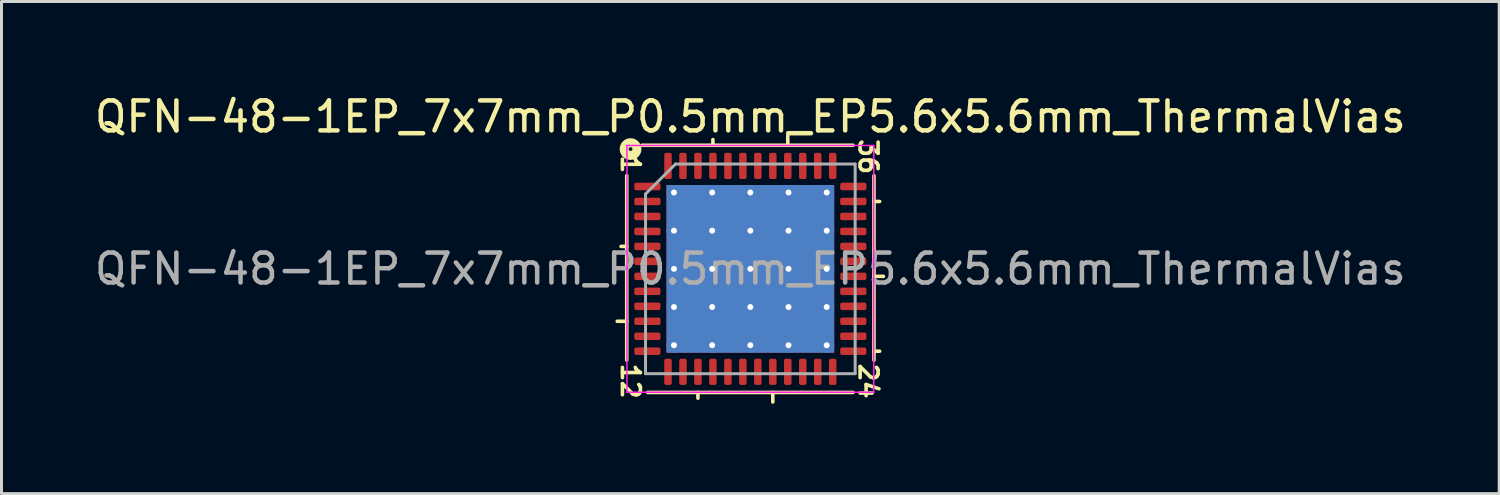
<source format=kicad_pcb>
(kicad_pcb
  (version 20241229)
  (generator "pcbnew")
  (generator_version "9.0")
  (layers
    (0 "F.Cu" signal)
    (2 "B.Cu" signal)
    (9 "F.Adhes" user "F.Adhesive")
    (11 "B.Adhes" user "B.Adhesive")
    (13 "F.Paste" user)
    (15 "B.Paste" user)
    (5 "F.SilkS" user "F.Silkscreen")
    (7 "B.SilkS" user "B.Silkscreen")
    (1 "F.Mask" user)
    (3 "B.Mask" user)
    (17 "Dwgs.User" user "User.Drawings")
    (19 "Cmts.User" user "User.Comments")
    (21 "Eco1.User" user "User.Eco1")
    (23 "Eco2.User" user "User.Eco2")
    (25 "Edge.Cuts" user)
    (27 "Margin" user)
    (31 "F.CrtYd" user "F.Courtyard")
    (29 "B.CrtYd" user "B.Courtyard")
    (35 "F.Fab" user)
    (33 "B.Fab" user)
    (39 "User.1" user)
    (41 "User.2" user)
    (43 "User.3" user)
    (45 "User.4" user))
  (footprint "QFN-48-1EP_7x7mm_P0.5mm_EP5.6x5.6mm_ThermalVias"
    (layer "F.Cu")
    (at 22.006 5.928)
    (property "Reference" "QFN-48-1EP_7x7mm_P0.5mm_EP5.6x5.6mm_ThermalVias" (at 0 -5.08 0) (layer "F.SilkS") (effects (font (size 1 1) (thickness 0.15))))
    (attr smd)
    (fp_line (start -4.128 -3.111) (end -4.128 3.048) (stroke (width 0.12) (type solid)) (layer "F.SilkS"))
    (fp_line (start -4.128 -0.75) (end -4.318 -0.75) (stroke (width 0.12) (type solid)) (layer "F.SilkS"))
    (fp_line (start -4.128 1.75) (end -4.445 1.75) (stroke (width 0.12) (type solid)) (layer "F.SilkS"))
    (fp_line (start -3.429 4.128) (end 3.429 4.128) (stroke (width 0.12) (type solid)) (layer "F.SilkS"))
    (fp_line (start -1.75 4.128) (end -1.75 4.318) (stroke (width 0.12) (type solid)) (layer "F.SilkS"))
    (fp_line (start -1.25 -4.128) (end -1.25 -4.318) (stroke (width 0.12) (type solid)) (layer "F.SilkS"))
    (fp_line (start 0.75 4.128) (end 0.75 4.445) (stroke (width 0.12) (type solid)) (layer "F.SilkS"))
    (fp_line (start 1.25 -4.128) (end 1.25 -4.445) (stroke (width 0.12) (type solid)) (layer "F.SilkS"))
    (fp_line (start 3.429 -4.128) (end -3.619 -4.128) (stroke (width 0.12) (type solid)) (layer "F.SilkS"))
    (fp_line (start 4.128 -2.25) (end 4.318 -2.25) (stroke (width 0.12) (type solid)) (layer "F.SilkS"))
    (fp_line (start 4.128 0.25) (end 4.445 0.25) (stroke (width 0.12) (type solid)) (layer "F.SilkS"))
    (fp_line (start 4.128 2.75) (end 4.318 2.75) (stroke (width 0.12) (type solid)) (layer "F.SilkS"))
    (fp_line (start 4.128 3.048) (end 4.128 -3.111) (stroke (width 0.12) (type solid)) (layer "F.SilkS"))
    (fp_circle (center -4 -4) (end -3.937 -4) (stroke (width 0.3) (type solid)) (fill no) (layer "F.SilkS"))
    (fp_line (start -4.12 -4.12) (end -4.12 4.12) (stroke (width 0.05) (type solid)) (layer "F.CrtYd"))
    (fp_line (start -4.12 4.12) (end 4.12 4.12) (stroke (width 0.05) (type solid)) (layer "F.CrtYd"))
    (fp_line (start 4.12 -4.12) (end -4.12 -4.12) (stroke (width 0.05) (type solid)) (layer "F.CrtYd"))
    (fp_line (start 4.12 4.12) (end 4.12 -4.12) (stroke (width 0.05) (type solid)) (layer "F.CrtYd"))
    (fp_line (start -3.5 -2.5) (end -2.5 -3.5) (stroke (width 0.1) (type solid)) (layer "F.Fab"))
    (fp_line (start -3.5 3.5) (end -3.5 -2.5) (stroke (width 0.1) (type solid)) (layer "F.Fab"))
    (fp_line (start -2.5 -3.5) (end 3.5 -3.5) (stroke (width 0.1) (type solid)) (layer "F.Fab"))
    (fp_line (start 3.5 -3.5) (end 3.5 3.5) (stroke (width 0.1) (type solid)) (layer "F.Fab"))
    (fp_line (start 3.5 3.5) (end -3.5 3.5) (stroke (width 0.1) (type solid)) (layer "F.Fab"))
    (fp_text user "36" (at 3.937 -3.747 270) (unlocked yes) (layer "F.SilkS") (effects (font (size 0.6 0.6) (thickness 0.12))))
    (fp_text user "12" (at -4 3.747 270) (unlocked yes) (layer "F.SilkS") (effects (font (size 0.6 0.6) (thickness 0.12))))
    (fp_text user "24" (at 3.937 3.747 270) (unlocked yes) (layer "F.SilkS") (effects (font (size 0.6 0.6) (thickness 0.12))))
    (fp_text user "1" (at -4 -3.493 270) (unlocked yes) (layer "F.SilkS") (effects (font (size 0.6 0.6) (thickness 0.12))))
    (fp_text user "${REFERENCE}" (at 0 0 0) (layer "F.Fab") (effects (font (size 1 1) (thickness 0.15))))
    (pad "" smd roundrect (at -1.913 -1.913) (size 1.084 1.084) (layers "F.Paste") (roundrect_rratio 0.231))
    (pad "" smd roundrect (at -1.913 -0.637) (size 1.084 1.084) (layers "F.Paste") (roundrect_rratio 0.231))
    (pad "" smd roundrect (at -1.913 0.637) (size 1.084 1.084) (layers "F.Paste") (roundrect_rratio 0.231))
    (pad "" smd roundrect (at -1.913 1.913) (size 1.084 1.084) (layers "F.Paste") (roundrect_rratio 0.231))
    (pad "" smd roundrect (at -0.637 -1.913) (size 1.084 1.084) (layers "F.Paste") (roundrect_rratio 0.231))
    (pad "" smd roundrect (at -0.637 -0.637) (size 1.084 1.084) (layers "F.Paste") (roundrect_rratio 0.231))
    (pad "" smd roundrect (at -0.637 0.637) (size 1.084 1.084) (layers "F.Paste") (roundrect_rratio 0.231))
    (pad "" smd roundrect (at -0.637 1.913) (size 1.084 1.084) (layers "F.Paste") (roundrect_rratio 0.231))
    (pad "" smd roundrect (at 0.637 -1.913) (size 1.084 1.084) (layers "F.Paste") (roundrect_rratio 0.231))
    (pad "" smd roundrect (at 0.637 -0.637) (size 1.084 1.084) (layers "F.Paste") (roundrect_rratio 0.231))
    (pad "" smd roundrect (at 0.637 0.637) (size 1.084 1.084) (layers "F.Paste") (roundrect_rratio 0.231))
    (pad "" smd roundrect (at 0.637 1.913) (size 1.084 1.084) (layers "F.Paste") (roundrect_rratio 0.231))
    (pad "" smd roundrect (at 1.913 -1.913) (size 1.084 1.084) (layers "F.Paste") (roundrect_rratio 0.231))
    (pad "" smd roundrect (at 1.913 -0.637) (size 1.084 1.084) (layers "F.Paste") (roundrect_rratio 0.231))
    (pad "" smd roundrect (at 1.913 0.637) (size 1.084 1.084) (layers "F.Paste") (roundrect_rratio 0.231))
    (pad "" smd roundrect (at 1.913 1.913) (size 1.084 1.084) (layers "F.Paste") (roundrect_rratio 0.231))
    (pad "1" smd roundrect (at -3.438 -2.75) (size 0.875 0.25) (layers "F.Cu" "F.Mask" "F.Paste") (roundrect_rratio 0.25))
    (pad "2" smd roundrect (at -3.438 -2.25) (size 0.875 0.25) (layers "F.Cu" "F.Mask" "F.Paste") (roundrect_rratio 0.25))
    (pad "3" smd roundrect (at -3.438 -1.75) (size 0.875 0.25) (layers "F.Cu" "F.Mask" "F.Paste") (roundrect_rratio 0.25))
    (pad "4" smd roundrect (at -3.438 -1.25) (size 0.875 0.25) (layers "F.Cu" "F.Mask" "F.Paste") (roundrect_rratio 0.25))
    (pad "5" smd roundrect (at -3.438 -0.75) (size 0.875 0.25) (layers "F.Cu" "F.Mask" "F.Paste") (roundrect_rratio 0.25))
    (pad "6" smd roundrect (at -3.438 -0.25) (size 0.875 0.25) (layers "F.Cu" "F.Mask" "F.Paste") (roundrect_rratio 0.25))
    (pad "7" smd roundrect (at -3.438 0.25) (size 0.875 0.25) (layers "F.Cu" "F.Mask" "F.Paste") (roundrect_rratio 0.25))
    (pad "8" smd roundrect (at -3.438 0.75) (size 0.875 0.25) (layers "F.Cu" "F.Mask" "F.Paste") (roundrect_rratio 0.25))
    (pad "9" smd roundrect (at -3.438 1.25) (size 0.875 0.25) (layers "F.Cu" "F.Mask" "F.Paste") (roundrect_rratio 0.25))
    (pad "10" smd roundrect (at -3.438 1.75) (size 0.875 0.25) (layers "F.Cu" "F.Mask" "F.Paste") (roundrect_rratio 0.25))
    (pad "11" smd roundrect (at -3.438 2.25) (size 0.875 0.25) (layers "F.Cu" "F.Mask" "F.Paste") (roundrect_rratio 0.25))
    (pad "12" smd roundrect (at -3.438 2.75) (size 0.875 0.25) (layers "F.Cu" "F.Mask" "F.Paste") (roundrect_rratio 0.25))
    (pad "13" smd roundrect (at -2.75 3.438) (size 0.25 0.875) (layers "F.Cu" "F.Mask" "F.Paste") (roundrect_rratio 0.25))
    (pad "14" smd roundrect (at -2.25 3.438) (size 0.25 0.875) (layers "F.Cu" "F.Mask" "F.Paste") (roundrect_rratio 0.25))
    (pad "15" smd roundrect (at -1.75 3.438) (size 0.25 0.875) (layers "F.Cu" "F.Mask" "F.Paste") (roundrect_rratio 0.25))
    (pad "16" smd roundrect (at -1.25 3.438) (size 0.25 0.875) (layers "F.Cu" "F.Mask" "F.Paste") (roundrect_rratio 0.25))
    (pad "17" smd roundrect (at -0.75 3.438) (size 0.25 0.875) (layers "F.Cu" "F.Mask" "F.Paste") (roundrect_rratio 0.25))
    (pad "18" smd roundrect (at -0.25 3.438) (size 0.25 0.875) (layers "F.Cu" "F.Mask" "F.Paste") (roundrect_rratio 0.25))
    (pad "19" smd roundrect (at 0.25 3.438) (size 0.25 0.875) (layers "F.Cu" "F.Mask" "F.Paste") (roundrect_rratio 0.25))
    (pad "20" smd roundrect (at 0.75 3.438) (size 0.25 0.875) (layers "F.Cu" "F.Mask" "F.Paste") (roundrect_rratio 0.25))
    (pad "21" smd roundrect (at 1.25 3.438) (size 0.25 0.875) (layers "F.Cu" "F.Mask" "F.Paste") (roundrect_rratio 0.25))
    (pad "22" smd roundrect (at 1.75 3.438) (size 0.25 0.875) (layers "F.Cu" "F.Mask" "F.Paste") (roundrect_rratio 0.25))
    (pad "23" smd roundrect (at 2.25 3.438) (size 0.25 0.875) (layers "F.Cu" "F.Mask" "F.Paste") (roundrect_rratio 0.25))
    (pad "24" smd roundrect (at 2.75 3.438) (size 0.25 0.875) (layers "F.Cu" "F.Mask" "F.Paste") (roundrect_rratio 0.25))
    (pad "25" smd roundrect (at 3.438 2.75) (size 0.875 0.25) (layers "F.Cu" "F.Mask" "F.Paste") (roundrect_rratio 0.25))
    (pad "26" smd roundrect (at 3.438 2.25) (size 0.875 0.25) (layers "F.Cu" "F.Mask" "F.Paste") (roundrect_rratio 0.25))
    (pad "27" smd roundrect (at 3.438 1.75) (size 0.875 0.25) (layers "F.Cu" "F.Mask" "F.Paste") (roundrect_rratio 0.25))
    (pad "28" smd roundrect (at 3.438 1.25) (size 0.875 0.25) (layers "F.Cu" "F.Mask" "F.Paste") (roundrect_rratio 0.25))
    (pad "29" smd roundrect (at 3.438 0.75) (size 0.875 0.25) (layers "F.Cu" "F.Mask" "F.Paste") (roundrect_rratio 0.25))
    (pad "30" smd roundrect (at 3.438 0.25) (size 0.875 0.25) (layers "F.Cu" "F.Mask" "F.Paste") (roundrect_rratio 0.25))
    (pad "31" smd roundrect (at 3.438 -0.25) (size 0.875 0.25) (layers "F.Cu" "F.Mask" "F.Paste") (roundrect_rratio 0.25))
    (pad "32" smd roundrect (at 3.438 -0.75) (size 0.875 0.25) (layers "F.Cu" "F.Mask" "F.Paste") (roundrect_rratio 0.25))
    (pad "33" smd roundrect (at 3.438 -1.25) (size 0.875 0.25) (layers "F.Cu" "F.Mask" "F.Paste") (roundrect_rratio 0.25))
    (pad "34" smd roundrect (at 3.438 -1.75) (size 0.875 0.25) (layers "F.Cu" "F.Mask" "F.Paste") (roundrect_rratio 0.25))
    (pad "35" smd roundrect (at 3.438 -2.25) (size 0.875 0.25) (layers "F.Cu" "F.Mask" "F.Paste") (roundrect_rratio 0.25))
    (pad "36" smd roundrect (at 3.438 -2.75) (size 0.875 0.25) (layers "F.Cu" "F.Mask" "F.Paste") (roundrect_rratio 0.25))
    (pad "37" smd roundrect (at 2.75 -3.438) (size 0.25 0.875) (layers "F.Cu" "F.Mask" "F.Paste") (roundrect_rratio 0.25))
    (pad "38" smd roundrect (at 2.25 -3.438) (size 0.25 0.875) (layers "F.Cu" "F.Mask" "F.Paste") (roundrect_rratio 0.25))
    (pad "39" smd roundrect (at 1.75 -3.438) (size 0.25 0.875) (layers "F.Cu" "F.Mask" "F.Paste") (roundrect_rratio 0.25))
    (pad "40" smd roundrect (at 1.25 -3.438) (size 0.25 0.875) (layers "F.Cu" "F.Mask" "F.Paste") (roundrect_rratio 0.25))
    (pad "41" smd roundrect (at 0.75 -3.438) (size 0.25 0.875) (layers "F.Cu" "F.Mask" "F.Paste") (roundrect_rratio 0.25))
    (pad "42" smd roundrect (at 0.25 -3.438) (size 0.25 0.875) (layers "F.Cu" "F.Mask" "F.Paste") (roundrect_rratio 0.25))
    (pad "43" smd roundrect (at -0.25 -3.438) (size 0.25 0.875) (layers "F.Cu" "F.Mask" "F.Paste") (roundrect_rratio 0.25))
    (pad "44" smd roundrect (at -0.75 -3.438) (size 0.25 0.875) (layers "F.Cu" "F.Mask" "F.Paste") (roundrect_rratio 0.25))
    (pad "45" smd roundrect (at -1.25 -3.438) (size 0.25 0.875) (layers "F.Cu" "F.Mask" "F.Paste") (roundrect_rratio 0.25))
    (pad "46" smd roundrect (at -1.75 -3.438) (size 0.25 0.875) (layers "F.Cu" "F.Mask" "F.Paste") (roundrect_rratio 0.25))
    (pad "47" smd roundrect (at -2.25 -3.438) (size 0.25 0.875) (layers "F.Cu" "F.Mask" "F.Paste") (roundrect_rratio 0.25))
    (pad "48" smd roundrect (at -2.75 -3.438) (size 0.25 0.875) (layers "F.Cu" "F.Mask" "F.Paste") (roundrect_rratio 0.25))
    (pad "49" thru_hole circle (at -2.55 -2.55) (size 0.5 0.5) (drill 0.2) (layers "*.Cu"))
    (pad "49" thru_hole circle (at -2.55 -1.275) (size 0.5 0.5) (drill 0.2) (layers "*.Cu"))
    (pad "49" thru_hole circle (at -2.55 0) (size 0.5 0.5) (drill 0.2) (layers "*.Cu"))
    (pad "49" thru_hole circle (at -2.55 1.275) (size 0.5 0.5) (drill 0.2) (layers "*.Cu"))
    (pad "49" thru_hole circle (at -2.55 2.55) (size 0.5 0.5) (drill 0.2) (layers "*.Cu"))
    (pad "49" thru_hole circle (at -1.275 -2.55) (size 0.5 0.5) (drill 0.2) (layers "*.Cu"))
    (pad "49" thru_hole circle (at -1.275 -1.275) (size 0.5 0.5) (drill 0.2) (layers "*.Cu"))
    (pad "49" thru_hole circle (at -1.275 0) (size 0.5 0.5) (drill 0.2) (layers "*.Cu"))
    (pad "49" thru_hole circle (at -1.275 1.275) (size 0.5 0.5) (drill 0.2) (layers "*.Cu"))
    (pad "49" thru_hole circle (at -1.275 2.55) (size 0.5 0.5) (drill 0.2) (layers "*.Cu"))
    (pad "49" thru_hole circle (at 0 -2.55) (size 0.5 0.5) (drill 0.2) (layers "*.Cu"))
    (pad "49" thru_hole circle (at 0 -1.275) (size 0.5 0.5) (drill 0.2) (layers "*.Cu"))
    (pad "49" thru_hole circle (at 0 0) (size 0.5 0.5) (drill 0.2) (layers "*.Cu"))
    (pad "49" smd rect (at 0 0) (size 5.6 5.6) (layers "F.Cu" "F.Mask"))
    (pad "49" smd rect (at 0 0) (size 5.6 5.6) (layers "B.Cu" "B.Mask"))
    (pad "49" thru_hole circle (at 0 1.275) (size 0.5 0.5) (drill 0.2) (layers "*.Cu"))
    (pad "49" thru_hole circle (at 0 2.55) (size 0.5 0.5) (drill 0.2) (layers "*.Cu"))
    (pad "49" thru_hole circle (at 1.275 -2.55) (size 0.5 0.5) (drill 0.2) (layers "*.Cu"))
    (pad "49" thru_hole circle (at 1.275 -1.275) (size 0.5 0.5) (drill 0.2) (layers "*.Cu"))
    (pad "49" thru_hole circle (at 1.275 0) (size 0.5 0.5) (drill 0.2) (layers "*.Cu"))
    (pad "49" thru_hole circle (at 1.275 1.275) (size 0.5 0.5) (drill 0.2) (layers "*.Cu"))
    (pad "49" thru_hole circle (at 1.275 2.55) (size 0.5 0.5) (drill 0.2) (layers "*.Cu"))
    (pad "49" thru_hole circle (at 2.55 -2.55) (size 0.5 0.5) (drill 0.2) (layers "*.Cu"))
    (pad "49" thru_hole circle (at 2.55 -1.275) (size 0.5 0.5) (drill 0.2) (layers "*.Cu"))
    (pad "49" thru_hole circle (at 2.55 0) (size 0.5 0.5) (drill 0.2) (layers "*.Cu"))
    (pad "49" thru_hole circle (at 2.55 1.275) (size 0.5 0.5) (drill 0.2) (layers "*.Cu"))
    (pad "49" thru_hole circle (at 2.55 2.55) (size 0.5 0.5) (drill 0.2) (layers "*.Cu")))
  (gr_rect
    (start -3 -3)
    (end 47.012 13.433)
    (stroke (width 0.1) (type default))
    (fill no)
    (layer "Edge.Cuts")))
</source>
